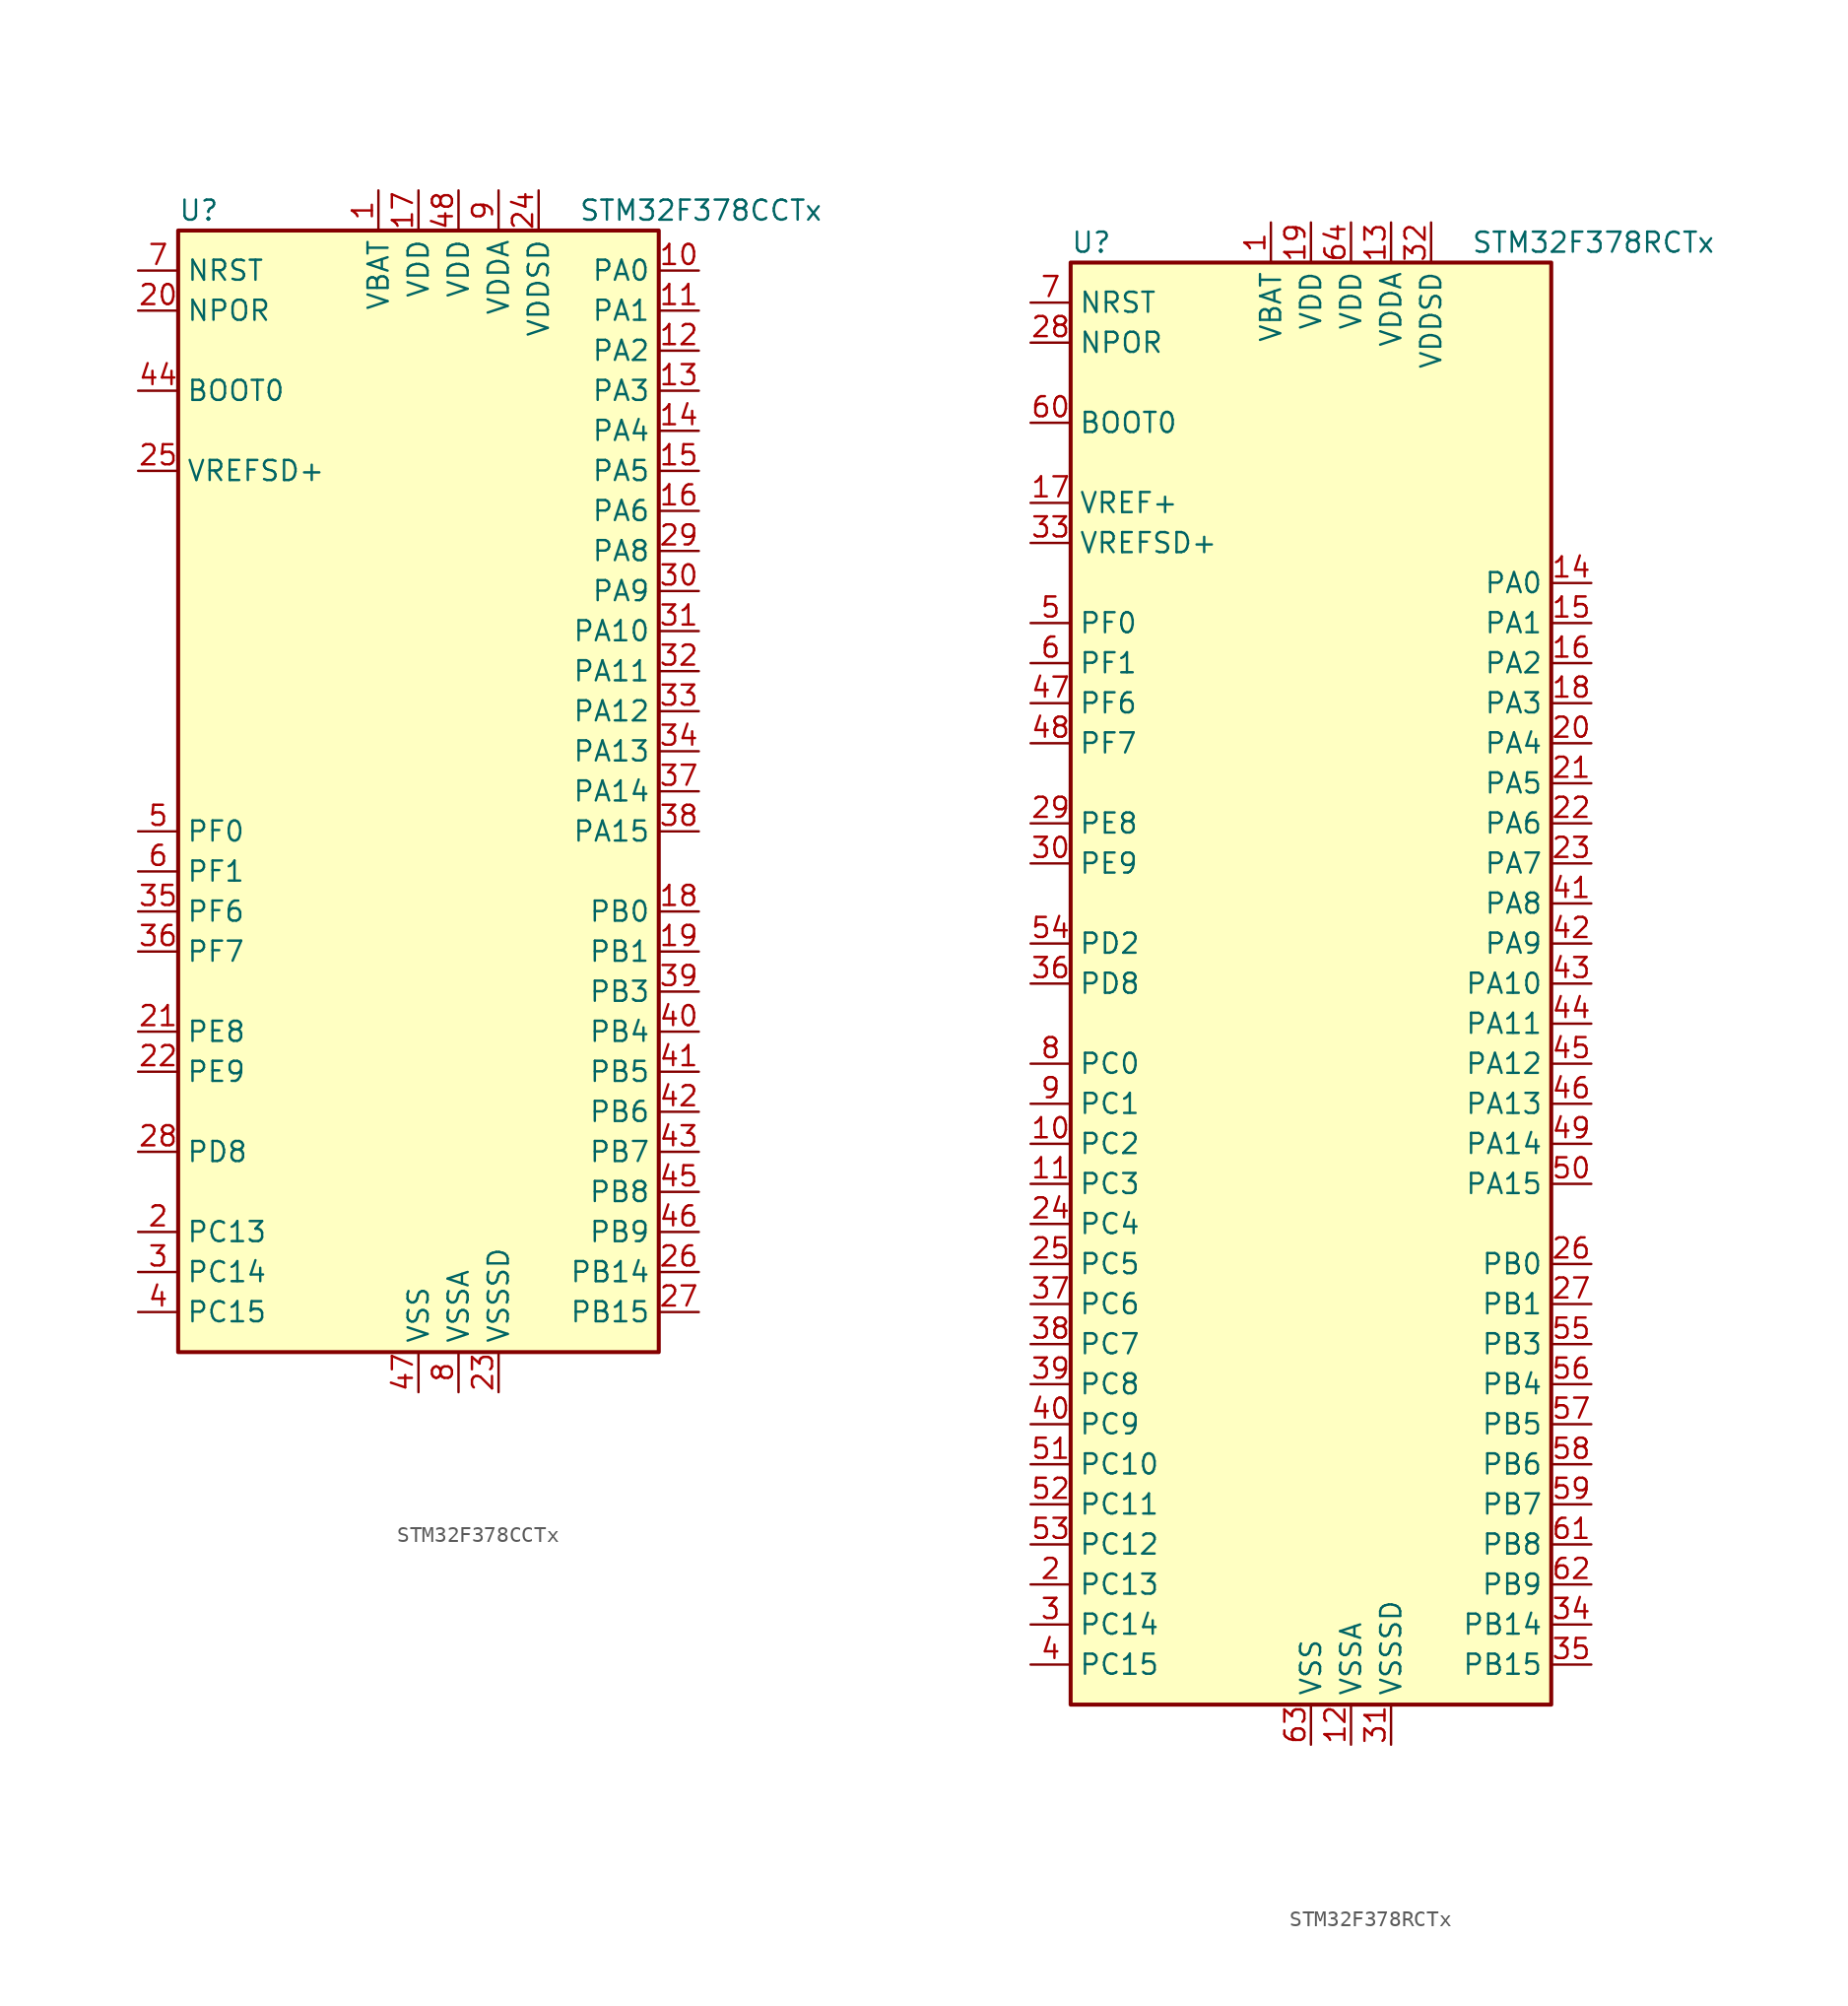
<source format=kicad_sym>
(kicad_symbol_lib
  (version 20201005)
  (generator kicad_symbol_editor)
  (symbol "STM32F378CCTx"
    (property "Reference" "U"
      (at -15.24 36.83 0)
      (effects (font (size 1.27 1.27)) (justify left)))
    (property "Value" "STM32F378CCTx"
      (at 10.16 36.83 0)
      (effects (font (size 1.27 1.27)) (justify left)))
    (symbol "STM32F378CCTx_0_1"
      (rectangle (start -15.24 -35.56) (end 15.24 35.56) (stroke (width 0.254)) (fill (type background))))
    (symbol "STM32F378CCTx_1_1"
      (pin power_in line (at -2.54 38.1 270) (length 2.54) (name "VBAT" (effects (font (size 1.27 1.27)))) (number "1" (effects (font (size 1.27 1.27)))))
      (pin bidirectional line (at 17.78 33.02 180) (length 2.54) (name "PA0" (effects (font (size 1.27 1.27)))) (number "10" (effects (font (size 1.27 1.27)))))
      (pin bidirectional line (at 17.78 30.48 180) (length 2.54) (name "PA1" (effects (font (size 1.27 1.27)))) (number "11" (effects (font (size 1.27 1.27)))))
      (pin bidirectional line (at 17.78 27.94 180) (length 2.54) (name "PA2" (effects (font (size 1.27 1.27)))) (number "12" (effects (font (size 1.27 1.27)))))
      (pin bidirectional line (at 17.78 25.4 180) (length 2.54) (name "PA3" (effects (font (size 1.27 1.27)))) (number "13" (effects (font (size 1.27 1.27)))))
      (pin bidirectional line (at 17.78 22.86 180) (length 2.54) (name "PA4" (effects (font (size 1.27 1.27)))) (number "14" (effects (font (size 1.27 1.27)))))
      (pin bidirectional line (at 17.78 20.32 180) (length 2.54) (name "PA5" (effects (font (size 1.27 1.27)))) (number "15" (effects (font (size 1.27 1.27)))))
      (pin bidirectional line (at 17.78 17.78 180) (length 2.54) (name "PA6" (effects (font (size 1.27 1.27)))) (number "16" (effects (font (size 1.27 1.27)))))
      (pin power_in line (at 0 38.1 270) (length 2.54) (name "VDD" (effects (font (size 1.27 1.27)))) (number "17" (effects (font (size 1.27 1.27)))))
      (pin bidirectional line (at 17.78 -7.62 180) (length 2.54) (name "PB0" (effects (font (size 1.27 1.27)))) (number "18" (effects (font (size 1.27 1.27)))))
      (pin bidirectional line (at 17.78 -10.16 180) (length 2.54) (name "PB1" (effects (font (size 1.27 1.27)))) (number "19" (effects (font (size 1.27 1.27)))))
      (pin bidirectional line (at -17.78 -27.94 0) (length 2.54) (name "PC13" (effects (font (size 1.27 1.27)))) (number "2" (effects (font (size 1.27 1.27)))))
      (pin input line (at -17.78 30.48 0) (length 2.54) (name "NPOR" (effects (font (size 1.27 1.27)))) (number "20" (effects (font (size 1.27 1.27)))))
      (pin bidirectional line (at -17.78 -15.24 0) (length 2.54) (name "PE8" (effects (font (size 1.27 1.27)))) (number "21" (effects (font (size 1.27 1.27)))))
      (pin bidirectional line (at -17.78 -17.78 0) (length 2.54) (name "PE9" (effects (font (size 1.27 1.27)))) (number "22" (effects (font (size 1.27 1.27)))))
      (pin power_in line (at 5.08 -38.1 90) (length 2.54) (name "VSSSD" (effects (font (size 1.27 1.27)))) (number "23" (effects (font (size 1.27 1.27)))))
      (pin power_in line (at 7.62 38.1 270) (length 2.54) (name "VDDSD" (effects (font (size 1.27 1.27)))) (number "24" (effects (font (size 1.27 1.27)))))
      (pin power_in line (at -17.78 20.32 0) (length 2.54) (name "VREFSD+" (effects (font (size 1.27 1.27)))) (number "25" (effects (font (size 1.27 1.27)))))
      (pin bidirectional line (at 17.78 -30.48 180) (length 2.54) (name "PB14" (effects (font (size 1.27 1.27)))) (number "26" (effects (font (size 1.27 1.27)))))
      (pin bidirectional line (at 17.78 -33.02 180) (length 2.54) (name "PB15" (effects (font (size 1.27 1.27)))) (number "27" (effects (font (size 1.27 1.27)))))
      (pin bidirectional line (at -17.78 -22.86 0) (length 2.54) (name "PD8" (effects (font (size 1.27 1.27)))) (number "28" (effects (font (size 1.27 1.27)))))
      (pin bidirectional line (at 17.78 15.24 180) (length 2.54) (name "PA8" (effects (font (size 1.27 1.27)))) (number "29" (effects (font (size 1.27 1.27)))))
      (pin bidirectional line (at -17.78 -30.48 0) (length 2.54) (name "PC14" (effects (font (size 1.27 1.27)))) (number "3" (effects (font (size 1.27 1.27)))))
      (pin bidirectional line (at 17.78 12.7 180) (length 2.54) (name "PA9" (effects (font (size 1.27 1.27)))) (number "30" (effects (font (size 1.27 1.27)))))
      (pin bidirectional line (at 17.78 10.16 180) (length 2.54) (name "PA10" (effects (font (size 1.27 1.27)))) (number "31" (effects (font (size 1.27 1.27)))))
      (pin bidirectional line (at 17.78 7.62 180) (length 2.54) (name "PA11" (effects (font (size 1.27 1.27)))) (number "32" (effects (font (size 1.27 1.27)))))
      (pin bidirectional line (at 17.78 5.08 180) (length 2.54) (name "PA12" (effects (font (size 1.27 1.27)))) (number "33" (effects (font (size 1.27 1.27)))))
      (pin bidirectional line (at 17.78 2.54 180) (length 2.54) (name "PA13" (effects (font (size 1.27 1.27)))) (number "34" (effects (font (size 1.27 1.27)))))
      (pin bidirectional line (at -17.78 -7.62 0) (length 2.54) (name "PF6" (effects (font (size 1.27 1.27)))) (number "35" (effects (font (size 1.27 1.27)))))
      (pin bidirectional line (at -17.78 -10.16 0) (length 2.54) (name "PF7" (effects (font (size 1.27 1.27)))) (number "36" (effects (font (size 1.27 1.27)))))
      (pin bidirectional line (at 17.78 0 180) (length 2.54) (name "PA14" (effects (font (size 1.27 1.27)))) (number "37" (effects (font (size 1.27 1.27)))))
      (pin bidirectional line (at 17.78 -2.54 180) (length 2.54) (name "PA15" (effects (font (size 1.27 1.27)))) (number "38" (effects (font (size 1.27 1.27)))))
      (pin bidirectional line (at 17.78 -12.7 180) (length 2.54) (name "PB3" (effects (font (size 1.27 1.27)))) (number "39" (effects (font (size 1.27 1.27)))))
      (pin bidirectional line (at -17.78 -33.02 0) (length 2.54) (name "PC15" (effects (font (size 1.27 1.27)))) (number "4" (effects (font (size 1.27 1.27)))))
      (pin bidirectional line (at 17.78 -15.24 180) (length 2.54) (name "PB4" (effects (font (size 1.27 1.27)))) (number "40" (effects (font (size 1.27 1.27)))))
      (pin bidirectional line (at 17.78 -17.78 180) (length 2.54) (name "PB5" (effects (font (size 1.27 1.27)))) (number "41" (effects (font (size 1.27 1.27)))))
      (pin bidirectional line (at 17.78 -20.32 180) (length 2.54) (name "PB6" (effects (font (size 1.27 1.27)))) (number "42" (effects (font (size 1.27 1.27)))))
      (pin bidirectional line (at 17.78 -22.86 180) (length 2.54) (name "PB7" (effects (font (size 1.27 1.27)))) (number "43" (effects (font (size 1.27 1.27)))))
      (pin input line (at -17.78 25.4 0) (length 2.54) (name "BOOT0" (effects (font (size 1.27 1.27)))) (number "44" (effects (font (size 1.27 1.27)))))
      (pin bidirectional line (at 17.78 -25.4 180) (length 2.54) (name "PB8" (effects (font (size 1.27 1.27)))) (number "45" (effects (font (size 1.27 1.27)))))
      (pin bidirectional line (at 17.78 -27.94 180) (length 2.54) (name "PB9" (effects (font (size 1.27 1.27)))) (number "46" (effects (font (size 1.27 1.27)))))
      (pin power_in line (at 0 -38.1 90) (length 2.54) (name "VSS" (effects (font (size 1.27 1.27)))) (number "47" (effects (font (size 1.27 1.27)))))
      (pin power_in line (at 2.54 38.1 270) (length 2.54) (name "VDD" (effects (font (size 1.27 1.27)))) (number "48" (effects (font (size 1.27 1.27)))))
      (pin input line (at -17.78 -2.54 0) (length 2.54) (name "PF0" (effects (font (size 1.27 1.27)))) (number "5" (effects (font (size 1.27 1.27)))))
      (pin input line (at -17.78 -5.08 0) (length 2.54) (name "PF1" (effects (font (size 1.27 1.27)))) (number "6" (effects (font (size 1.27 1.27)))))
      (pin input line (at -17.78 33.02 0) (length 2.54) (name "NRST" (effects (font (size 1.27 1.27)))) (number "7" (effects (font (size 1.27 1.27)))))
      (pin power_in line (at 2.54 -38.1 90) (length 2.54) (name "VSSA" (effects (font (size 1.27 1.27)))) (number "8" (effects (font (size 1.27 1.27)))))
      (pin power_in line (at 5.08 38.1 270) (length 2.54) (name "VDDA" (effects (font (size 1.27 1.27)))) (number "9" (effects (font (size 1.27 1.27)))))))
  (symbol "STM32F378RCTx"
    (property "Reference" "U"
      (at -15.24 46.99 0)
      (effects (font (size 1.27 1.27)) (justify left)))
    (property "Value" "STM32F378RCTx"
      (at 10.16 46.99 0)
      (effects (font (size 1.27 1.27)) (justify left)))
    (symbol "STM32F378RCTx_0_1"
      (rectangle (start -15.24 -45.72) (end 15.24 45.72) (stroke (width 0.254)) (fill (type background))))
    (symbol "STM32F378RCTx_1_1"
      (pin power_in line (at -2.54 48.26 270) (length 2.54) (name "VBAT" (effects (font (size 1.27 1.27)))) (number "1" (effects (font (size 1.27 1.27)))))
      (pin bidirectional line (at -17.78 -10.16 0) (length 2.54) (name "PC2" (effects (font (size 1.27 1.27)))) (number "10" (effects (font (size 1.27 1.27)))))
      (pin bidirectional line (at -17.78 -12.7 0) (length 2.54) (name "PC3" (effects (font (size 1.27 1.27)))) (number "11" (effects (font (size 1.27 1.27)))))
      (pin power_in line (at 2.54 -48.26 90) (length 2.54) (name "VSSA" (effects (font (size 1.27 1.27)))) (number "12" (effects (font (size 1.27 1.27)))))
      (pin power_in line (at 5.08 48.26 270) (length 2.54) (name "VDDA" (effects (font (size 1.27 1.27)))) (number "13" (effects (font (size 1.27 1.27)))))
      (pin bidirectional line (at 17.78 25.4 180) (length 2.54) (name "PA0" (effects (font (size 1.27 1.27)))) (number "14" (effects (font (size 1.27 1.27)))))
      (pin bidirectional line (at 17.78 22.86 180) (length 2.54) (name "PA1" (effects (font (size 1.27 1.27)))) (number "15" (effects (font (size 1.27 1.27)))))
      (pin bidirectional line (at 17.78 20.32 180) (length 2.54) (name "PA2" (effects (font (size 1.27 1.27)))) (number "16" (effects (font (size 1.27 1.27)))))
      (pin power_in line (at -17.78 30.48 0) (length 2.54) (name "VREF+" (effects (font (size 1.27 1.27)))) (number "17" (effects (font (size 1.27 1.27)))))
      (pin bidirectional line (at 17.78 17.78 180) (length 2.54) (name "PA3" (effects (font (size 1.27 1.27)))) (number "18" (effects (font (size 1.27 1.27)))))
      (pin power_in line (at 0 48.26 270) (length 2.54) (name "VDD" (effects (font (size 1.27 1.27)))) (number "19" (effects (font (size 1.27 1.27)))))
      (pin bidirectional line (at -17.78 -38.1 0) (length 2.54) (name "PC13" (effects (font (size 1.27 1.27)))) (number "2" (effects (font (size 1.27 1.27)))))
      (pin bidirectional line (at 17.78 15.24 180) (length 2.54) (name "PA4" (effects (font (size 1.27 1.27)))) (number "20" (effects (font (size 1.27 1.27)))))
      (pin bidirectional line (at 17.78 12.7 180) (length 2.54) (name "PA5" (effects (font (size 1.27 1.27)))) (number "21" (effects (font (size 1.27 1.27)))))
      (pin bidirectional line (at 17.78 10.16 180) (length 2.54) (name "PA6" (effects (font (size 1.27 1.27)))) (number "22" (effects (font (size 1.27 1.27)))))
      (pin bidirectional line (at 17.78 7.62 180) (length 2.54) (name "PA7" (effects (font (size 1.27 1.27)))) (number "23" (effects (font (size 1.27 1.27)))))
      (pin bidirectional line (at -17.78 -15.24 0) (length 2.54) (name "PC4" (effects (font (size 1.27 1.27)))) (number "24" (effects (font (size 1.27 1.27)))))
      (pin bidirectional line (at -17.78 -17.78 0) (length 2.54) (name "PC5" (effects (font (size 1.27 1.27)))) (number "25" (effects (font (size 1.27 1.27)))))
      (pin bidirectional line (at 17.78 -17.78 180) (length 2.54) (name "PB0" (effects (font (size 1.27 1.27)))) (number "26" (effects (font (size 1.27 1.27)))))
      (pin bidirectional line (at 17.78 -20.32 180) (length 2.54) (name "PB1" (effects (font (size 1.27 1.27)))) (number "27" (effects (font (size 1.27 1.27)))))
      (pin input line (at -17.78 40.64 0) (length 2.54) (name "NPOR" (effects (font (size 1.27 1.27)))) (number "28" (effects (font (size 1.27 1.27)))))
      (pin bidirectional line (at -17.78 10.16 0) (length 2.54) (name "PE8" (effects (font (size 1.27 1.27)))) (number "29" (effects (font (size 1.27 1.27)))))
      (pin bidirectional line (at -17.78 -40.64 0) (length 2.54) (name "PC14" (effects (font (size 1.27 1.27)))) (number "3" (effects (font (size 1.27 1.27)))))
      (pin bidirectional line (at -17.78 7.62 0) (length 2.54) (name "PE9" (effects (font (size 1.27 1.27)))) (number "30" (effects (font (size 1.27 1.27)))))
      (pin power_in line (at 5.08 -48.26 90) (length 2.54) (name "VSSSD" (effects (font (size 1.27 1.27)))) (number "31" (effects (font (size 1.27 1.27)))))
      (pin power_in line (at 7.62 48.26 270) (length 2.54) (name "VDDSD" (effects (font (size 1.27 1.27)))) (number "32" (effects (font (size 1.27 1.27)))))
      (pin power_in line (at -17.78 27.94 0) (length 2.54) (name "VREFSD+" (effects (font (size 1.27 1.27)))) (number "33" (effects (font (size 1.27 1.27)))))
      (pin bidirectional line (at 17.78 -40.64 180) (length 2.54) (name "PB14" (effects (font (size 1.27 1.27)))) (number "34" (effects (font (size 1.27 1.27)))))
      (pin bidirectional line (at 17.78 -43.18 180) (length 2.54) (name "PB15" (effects (font (size 1.27 1.27)))) (number "35" (effects (font (size 1.27 1.27)))))
      (pin bidirectional line (at -17.78 0 0) (length 2.54) (name "PD8" (effects (font (size 1.27 1.27)))) (number "36" (effects (font (size 1.27 1.27)))))
      (pin bidirectional line (at -17.78 -20.32 0) (length 2.54) (name "PC6" (effects (font (size 1.27 1.27)))) (number "37" (effects (font (size 1.27 1.27)))))
      (pin bidirectional line (at -17.78 -22.86 0) (length 2.54) (name "PC7" (effects (font (size 1.27 1.27)))) (number "38" (effects (font (size 1.27 1.27)))))
      (pin bidirectional line (at -17.78 -25.4 0) (length 2.54) (name "PC8" (effects (font (size 1.27 1.27)))) (number "39" (effects (font (size 1.27 1.27)))))
      (pin bidirectional line (at -17.78 -43.18 0) (length 2.54) (name "PC15" (effects (font (size 1.27 1.27)))) (number "4" (effects (font (size 1.27 1.27)))))
      (pin bidirectional line (at -17.78 -27.94 0) (length 2.54) (name "PC9" (effects (font (size 1.27 1.27)))) (number "40" (effects (font (size 1.27 1.27)))))
      (pin bidirectional line (at 17.78 5.08 180) (length 2.54) (name "PA8" (effects (font (size 1.27 1.27)))) (number "41" (effects (font (size 1.27 1.27)))))
      (pin bidirectional line (at 17.78 2.54 180) (length 2.54) (name "PA9" (effects (font (size 1.27 1.27)))) (number "42" (effects (font (size 1.27 1.27)))))
      (pin bidirectional line (at 17.78 0 180) (length 2.54) (name "PA10" (effects (font (size 1.27 1.27)))) (number "43" (effects (font (size 1.27 1.27)))))
      (pin bidirectional line (at 17.78 -2.54 180) (length 2.54) (name "PA11" (effects (font (size 1.27 1.27)))) (number "44" (effects (font (size 1.27 1.27)))))
      (pin bidirectional line (at 17.78 -5.08 180) (length 2.54) (name "PA12" (effects (font (size 1.27 1.27)))) (number "45" (effects (font (size 1.27 1.27)))))
      (pin bidirectional line (at 17.78 -7.62 180) (length 2.54) (name "PA13" (effects (font (size 1.27 1.27)))) (number "46" (effects (font (size 1.27 1.27)))))
      (pin bidirectional line (at -17.78 17.78 0) (length 2.54) (name "PF6" (effects (font (size 1.27 1.27)))) (number "47" (effects (font (size 1.27 1.27)))))
      (pin bidirectional line (at -17.78 15.24 0) (length 2.54) (name "PF7" (effects (font (size 1.27 1.27)))) (number "48" (effects (font (size 1.27 1.27)))))
      (pin bidirectional line (at 17.78 -10.16 180) (length 2.54) (name "PA14" (effects (font (size 1.27 1.27)))) (number "49" (effects (font (size 1.27 1.27)))))
      (pin input line (at -17.78 22.86 0) (length 2.54) (name "PF0" (effects (font (size 1.27 1.27)))) (number "5" (effects (font (size 1.27 1.27)))))
      (pin bidirectional line (at 17.78 -12.7 180) (length 2.54) (name "PA15" (effects (font (size 1.27 1.27)))) (number "50" (effects (font (size 1.27 1.27)))))
      (pin bidirectional line (at -17.78 -30.48 0) (length 2.54) (name "PC10" (effects (font (size 1.27 1.27)))) (number "51" (effects (font (size 1.27 1.27)))))
      (pin bidirectional line (at -17.78 -33.02 0) (length 2.54) (name "PC11" (effects (font (size 1.27 1.27)))) (number "52" (effects (font (size 1.27 1.27)))))
      (pin bidirectional line (at -17.78 -35.56 0) (length 2.54) (name "PC12" (effects (font (size 1.27 1.27)))) (number "53" (effects (font (size 1.27 1.27)))))
      (pin bidirectional line (at -17.78 2.54 0) (length 2.54) (name "PD2" (effects (font (size 1.27 1.27)))) (number "54" (effects (font (size 1.27 1.27)))))
      (pin bidirectional line (at 17.78 -22.86 180) (length 2.54) (name "PB3" (effects (font (size 1.27 1.27)))) (number "55" (effects (font (size 1.27 1.27)))))
      (pin bidirectional line (at 17.78 -25.4 180) (length 2.54) (name "PB4" (effects (font (size 1.27 1.27)))) (number "56" (effects (font (size 1.27 1.27)))))
      (pin bidirectional line (at 17.78 -27.94 180) (length 2.54) (name "PB5" (effects (font (size 1.27 1.27)))) (number "57" (effects (font (size 1.27 1.27)))))
      (pin bidirectional line (at 17.78 -30.48 180) (length 2.54) (name "PB6" (effects (font (size 1.27 1.27)))) (number "58" (effects (font (size 1.27 1.27)))))
      (pin bidirectional line (at 17.78 -33.02 180) (length 2.54) (name "PB7" (effects (font (size 1.27 1.27)))) (number "59" (effects (font (size 1.27 1.27)))))
      (pin input line (at -17.78 20.32 0) (length 2.54) (name "PF1" (effects (font (size 1.27 1.27)))) (number "6" (effects (font (size 1.27 1.27)))))
      (pin input line (at -17.78 35.56 0) (length 2.54) (name "BOOT0" (effects (font (size 1.27 1.27)))) (number "60" (effects (font (size 1.27 1.27)))))
      (pin bidirectional line (at 17.78 -35.56 180) (length 2.54) (name "PB8" (effects (font (size 1.27 1.27)))) (number "61" (effects (font (size 1.27 1.27)))))
      (pin bidirectional line (at 17.78 -38.1 180) (length 2.54) (name "PB9" (effects (font (size 1.27 1.27)))) (number "62" (effects (font (size 1.27 1.27)))))
      (pin power_in line (at 0 -48.26 90) (length 2.54) (name "VSS" (effects (font (size 1.27 1.27)))) (number "63" (effects (font (size 1.27 1.27)))))
      (pin power_in line (at 2.54 48.26 270) (length 2.54) (name "VDD" (effects (font (size 1.27 1.27)))) (number "64" (effects (font (size 1.27 1.27)))))
      (pin input line (at -17.78 43.18 0) (length 2.54) (name "NRST" (effects (font (size 1.27 1.27)))) (number "7" (effects (font (size 1.27 1.27)))))
      (pin bidirectional line (at -17.78 -5.08 0) (length 2.54) (name "PC0" (effects (font (size 1.27 1.27)))) (number "8" (effects (font (size 1.27 1.27)))))
      (pin bidirectional line (at -17.78 -7.62 0) (length 2.54) (name "PC1" (effects (font (size 1.27 1.27)))) (number "9" (effects (font (size 1.27 1.27))))))))
</source>
